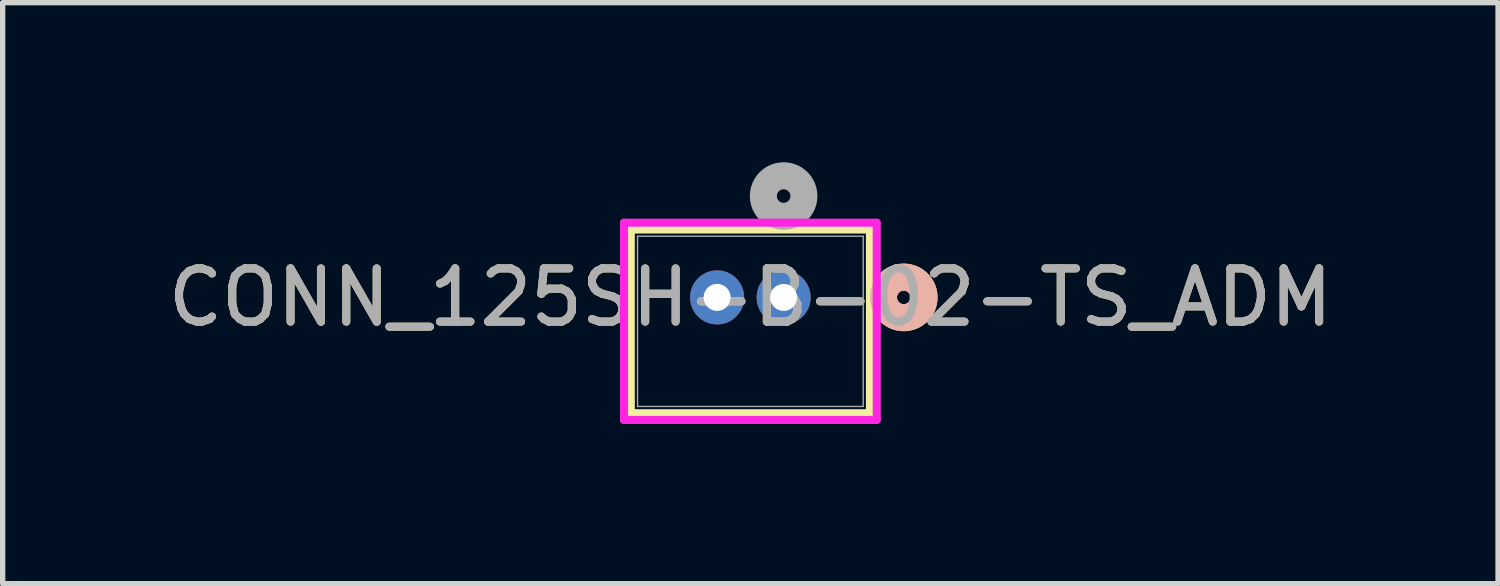
<source format=kicad_pcb>
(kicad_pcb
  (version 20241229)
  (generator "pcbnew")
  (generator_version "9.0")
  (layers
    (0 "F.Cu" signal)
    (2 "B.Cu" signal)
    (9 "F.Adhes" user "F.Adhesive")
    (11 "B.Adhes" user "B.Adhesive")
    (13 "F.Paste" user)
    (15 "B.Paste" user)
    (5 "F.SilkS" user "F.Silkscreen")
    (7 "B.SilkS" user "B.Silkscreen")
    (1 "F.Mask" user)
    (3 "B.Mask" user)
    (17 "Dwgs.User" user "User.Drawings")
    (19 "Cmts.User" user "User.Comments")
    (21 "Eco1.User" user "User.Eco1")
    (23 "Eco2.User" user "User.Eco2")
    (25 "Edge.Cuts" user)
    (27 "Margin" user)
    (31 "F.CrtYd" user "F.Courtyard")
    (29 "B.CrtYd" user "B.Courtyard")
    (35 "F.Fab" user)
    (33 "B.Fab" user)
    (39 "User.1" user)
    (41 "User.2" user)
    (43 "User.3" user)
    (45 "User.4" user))
  (footprint "CONN_125SH-B-02-TS_ADM"
    (layer "F.Cu")
    (at 11.679 2.54)
    (property "Reference" "CONN_125SH-B-02-TS_ADM" (at -0.625 0 0) (unlocked yes) (layer "F.SilkS") (effects (font (size 1 1) (thickness 0.15))))
    (attr through_hole)
    (fp_line (start -2.873 -1.277) (end -2.873 2.177) (stroke (width 0.152) (type solid)) (layer "F.SilkS"))
    (fp_line (start -2.873 2.177) (end 1.623 2.177) (stroke (width 0.152) (type solid)) (layer "F.SilkS"))
    (fp_line (start 1.623 -1.277) (end -2.873 -1.277) (stroke (width 0.152) (type solid)) (layer "F.SilkS"))
    (fp_line (start 1.623 2.177) (end 1.623 -1.277) (stroke (width 0.152) (type solid)) (layer "F.SilkS"))
    (fp_circle (center 2.258 0) (end 2.639 0) (stroke (width 0.508) (type solid)) (fill no) (layer "F.SilkS"))
    (fp_circle (center 2.258 0) (end 2.639 0) (stroke (width 0.508) (type solid)) (fill no) (layer "B.SilkS"))
    (fp_line (start -3 -1.404) (end -3 2.304) (stroke (width 0.152) (type solid)) (layer "F.CrtYd"))
    (fp_line (start -3 2.304) (end 1.75 2.304) (stroke (width 0.152) (type solid)) (layer "F.CrtYd"))
    (fp_line (start 1.75 -1.404) (end -3 -1.404) (stroke (width 0.152) (type solid)) (layer "F.CrtYd"))
    (fp_line (start 1.75 2.304) (end 1.75 -1.404) (stroke (width 0.152) (type solid)) (layer "F.CrtYd"))
    (fp_line (start -2.746 -1.15) (end -2.746 2.05) (stroke (width 0.025) (type solid)) (layer "F.Fab"))
    (fp_line (start -2.746 2.05) (end 1.496 2.05) (stroke (width 0.025) (type solid)) (layer "F.Fab"))
    (fp_line (start 1.496 -1.15) (end -2.746 -1.15) (stroke (width 0.025) (type solid)) (layer "F.Fab"))
    (fp_line (start 1.496 2.05) (end 1.496 -1.15) (stroke (width 0.025) (type solid)) (layer "F.Fab"))
    (fp_circle (center 0 -1.905) (end 0.381 -1.905) (stroke (width 0.508) (type solid)) (fill no) (layer "F.Fab"))
    (fp_text user "${REFERENCE}" (at -0.625 0 0) (unlocked yes) (layer "F.Fab") (effects (font (size 1 1) (thickness 0.15))))
    (pad "1" thru_hole circle (at 0 0) (size 1.016 1.016) (drill 0.508) (layers "*.Cu" "*.Mask"))
    (pad "2" thru_hole circle (at -1.25 0) (size 1.016 1.016) (drill 0.508) (layers "*.Cu" "*.Mask")))
  (gr_rect
    (start -3 -3)
    (end 25.107 7.921)
    (stroke (width 0.1) (type default))
    (fill no)
    (layer "Edge.Cuts")))
</source>
